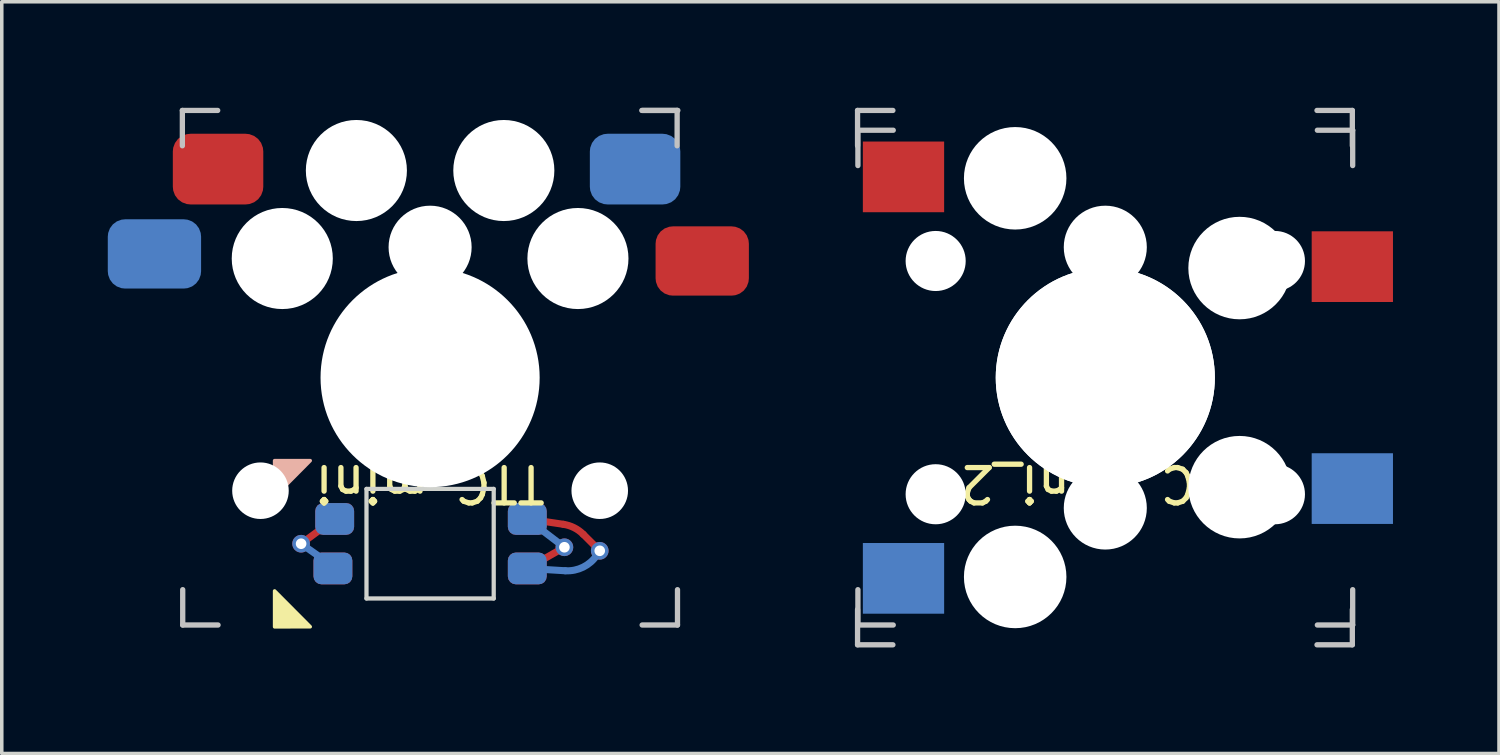
<source format=kicad_pcb>
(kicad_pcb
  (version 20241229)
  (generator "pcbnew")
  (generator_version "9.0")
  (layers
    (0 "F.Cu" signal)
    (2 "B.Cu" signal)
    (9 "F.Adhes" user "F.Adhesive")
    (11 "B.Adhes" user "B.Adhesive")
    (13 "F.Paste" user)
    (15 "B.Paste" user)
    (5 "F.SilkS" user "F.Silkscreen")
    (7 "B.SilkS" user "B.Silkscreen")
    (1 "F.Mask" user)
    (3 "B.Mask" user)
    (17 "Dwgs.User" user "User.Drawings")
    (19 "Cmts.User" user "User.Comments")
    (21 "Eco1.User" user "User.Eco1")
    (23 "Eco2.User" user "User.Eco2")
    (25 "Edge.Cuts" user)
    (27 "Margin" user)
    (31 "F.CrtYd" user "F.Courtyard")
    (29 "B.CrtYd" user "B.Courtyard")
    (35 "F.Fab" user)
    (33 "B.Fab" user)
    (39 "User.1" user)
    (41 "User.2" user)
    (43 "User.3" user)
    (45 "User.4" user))
  (footprint "TTC_mini"
    (layer "F.Cu")
    (at 9.12 7.635)
    (property "Reference" "TTC_mini" (at 0 3 180) (unlocked yes) (layer "F.SilkS") (effects (font (size 1 1) (thickness 0.15))))
    (attr through_hole)
    (fp_line (start -3.65 4.7) (end -2.7 3.999) (stroke (width 0.2) (type default)) (layer "F.Cu"))
    (fp_line (start 2.75 3.999) (end 3.774 4.151) (stroke (width 0.2) (type default)) (layer "F.Cu"))
    (fp_line (start 3.8 4.8) (end 2.75 5.399) (stroke (width 0.2) (type default)) (layer "F.Cu"))
    (fp_line (start 4.333 4.433) (end 4.8 4.9) (stroke (width 0.2) (type default)) (layer "F.Cu"))
    (fp_arc (start 3.773544 4.151394) (mid 4.076131 4.247389) (end 4.333385 4.433385) (stroke (width 0.2) (type default)) (layer "F.Cu"))
    (fp_line (start -2.8 5.3) (end -3.65 4.7) (stroke (width 0.2) (type default)) (layer "B.Cu"))
    (fp_line (start 2.75 5.399) (end 3.1 5.3) (stroke (width 0.2) (type default)) (layer "B.Cu"))
    (fp_line (start 3.8 4.8) (end 2.75 3.999) (stroke (width 0.2) (type default)) (layer "B.Cu"))
    (fp_line (start 3.826 5.465) (end 2.75 5.399) (stroke (width 0.2) (type default)) (layer "B.Cu"))
    (fp_line (start 4.8 4.9) (end 4.719 5.021) (stroke (width 0.2) (type default)) (layer "B.Cu"))
    (fp_arc (start 4.719049 5.021426) (mid 4.331689 5.362409) (end 3.825901 5.464858) (stroke (width 0.2) (type default)) (layer "B.Cu"))
    (fp_poly (pts (xy -3.392 7.049) (xy -4.4 7.052) (xy -4.4 6.036)) (stroke (width 0.1) (type solid)) (fill yes) (layer "F.SilkS"))
    (fp_poly (pts (xy -4.4 3.365) (xy -4.4 2.349) (xy -3.392 2.349)) (stroke (width 0.1) (type solid)) (fill yes) (layer "B.SilkS"))
    (fp_line (start -7.01 -7.56) (end -6.01 -7.56) (stroke (width 0.15) (type solid)) (layer "Dwgs.User"))
    (fp_line (start -7.01 -6.56) (end -7.01 -7.56) (stroke (width 0.15) (type solid)) (layer "Dwgs.User"))
    (fp_line (start -7 6) (end -7 7) (stroke (width 0.15) (type solid)) (layer "Dwgs.User"))
    (fp_line (start -7 7) (end -6 7) (stroke (width 0.15) (type solid)) (layer "Dwgs.User"))
    (fp_line (start 6 7) (end 7 7) (stroke (width 0.15) (type solid)) (layer "Dwgs.User"))
    (fp_line (start 6.01 -7.56) (end 7.01 -7.56) (stroke (width 0.15) (type solid)) (layer "Dwgs.User"))
    (fp_line (start 6.99 -7.56) (end 5.99 -7.56) (stroke (width 0.15) (type solid)) (layer "Dwgs.User"))
    (fp_line (start 6.99 -7.56) (end 6.99 -6.56) (stroke (width 0.15) (type solid)) (layer "Dwgs.User"))
    (fp_line (start 7 7) (end 7 6) (stroke (width 0.15) (type solid)) (layer "Dwgs.User"))
    (fp_line (start -1.8 6.249) (end -1.8 3.149) (stroke (width 0.12) (type solid)) (layer "Edge.Cuts"))
    (fp_line (start -1.8 6.249) (end 1.8 6.249) (stroke (width 0.12) (type solid)) (layer "Edge.Cuts"))
    (fp_line (start 1.8 3.149) (end -1.8 3.149) (stroke (width 0.12) (type solid)) (layer "Edge.Cuts"))
    (fp_line (start 1.8 6.249) (end 1.8 3.149) (stroke (width 0.12) (type solid)) (layer "Edge.Cuts"))
    (pad "" np_thru_hole circle (at -4.8 3.2) (size 1.6 1.6) (drill 1.6) (layers "*.Cu" "*.Mask"))
    (pad "" np_thru_hole circle (at -4.183 -3.37 180) (size 2.86 2.86) (drill 2.86) (layers "*.Cu" "*.Mask"))
    (pad "" np_thru_hole circle (at -2.086 -5.86 180) (size 2.86 2.86) (drill 2.86) (layers "*.Cu" "*.Mask"))
    (pad "" np_thru_hole circle (at 0 -3.69 90) (size 2.35 2.35) (drill 2.35) (layers "*.Cu" "*.Mask"))
    (pad "" np_thru_hole circle (at 0 0 90) (size 6.2 6.2) (drill 6.2) (layers "*.Cu" "*.Mask"))
    (pad "" np_thru_hole circle (at 2.086 -5.86 180) (size 2.86 2.86) (drill 2.86) (layers "*.Cu" "*.Mask"))
    (pad "" np_thru_hole circle (at 4.183 -3.37 180) (size 2.86 2.86) (drill 2.86) (layers "*.Cu" "*.Mask"))
    (pad "" np_thru_hole circle (at 4.8 3.2) (size 1.6 1.6) (drill 1.6) (layers "*.Cu" "*.Mask"))
    (pad "1" smd roundrect (at 2.75 3.999) (size 1.1 0.9) (layers "F.Cu" "F.Mask" "F.Paste") (roundrect_rratio 0.25))
    (pad "1" smd roundrect (at 2.75 5.399) (size 1.1 0.9) (layers "B.Cu" "B.Mask" "B.Paste") (roundrect_rratio 0.25))
    (pad "1" thru_hole circle (at 4.8 4.9) (size 0.5 0.5) (drill 0.3) (layers "*.Cu"))
    (pad "2" smd roundrect (at 2.75 3.999) (size 1.1 0.9) (layers "B.Cu" "B.Mask" "B.Paste") (roundrect_rratio 0.25))
    (pad "2" smd roundrect (at 2.75 5.399) (size 1.1 0.9) (layers "F.Cu" "F.Mask" "F.Paste") (roundrect_rratio 0.25))
    (pad "2" thru_hole circle (at 3.8 4.8) (size 0.5 0.5) (drill 0.3) (layers "*.Cu"))
    (pad "3" smd roundrect (at -2.75 5.399) (size 1.1 0.9) (layers "F.Cu" "F.Mask" "F.Paste") (roundrect_rratio 0.25))
    (pad "3" smd roundrect (at -2.7 3.999) (size 1.1 0.9) (layers "B.Cu" "B.Mask" "B.Paste") (roundrect_rratio 0.25))
    (pad "4" thru_hole circle (at -3.65 4.7) (size 0.5 0.5) (drill 0.3) (layers "*.Cu"))
    (pad "4" smd roundrect (at -2.75 5.399) (size 1.1 0.9) (layers "B.Cu" "B.Mask" "B.Paste") (roundrect_rratio 0.25))
    (pad "4" smd roundrect (at -2.7 3.999) (size 1.1 0.9) (layers "F.Cu" "F.Mask" "F.Paste") (roundrect_rratio 0.25))
    (pad "5" smd roundrect (at -7.8 -3.5 180) (size 2.64 1.96) (layers "B.Cu" "B.Mask") (roundrect_rratio 0.25))
    (pad "5" smd roundrect (at 7.7 -3.3 180) (size 2.64 1.96) (layers "F.Cu" "F.Mask") (roundrect_rratio 0.25))
    (pad "6" smd roundrect (at -6 -5.9 180) (size 2.56 2) (layers "F.Cu" "F.Mask") (roundrect_rratio 0.25))
    (pad "6" smd roundrect (at 5.8 -5.9 180) (size 2.56 2) (layers "B.Cu" "B.Mask") (roundrect_rratio 0.25)))
  (footprint "TTC_mini_2"
    (layer "F.Cu")
    (at 28.225 7.635)
    (property "Reference" "TTC_mini_2" (at 0 3 180) (unlocked yes) (layer "F.SilkS") (effects (font (size 1 1) (thickness 0.15))))
    (attr through_hole)
    (fp_line (start -7.01 -7.56) (end -6.01 -7.56) (stroke (width 0.15) (type solid)) (layer "Dwgs.User"))
    (fp_line (start -7.01 -6.56) (end -7.01 -7.56) (stroke (width 0.15) (type solid)) (layer "Dwgs.User"))
    (fp_line (start -7.01 7.56) (end -7.01 6.56) (stroke (width 0.15) (type solid)) (layer "Dwgs.User"))
    (fp_line (start -7 -7) (end -7 -6) (stroke (width 0.15) (type solid)) (layer "Dwgs.User"))
    (fp_line (start -7 6) (end -7 7) (stroke (width 0.15) (type solid)) (layer "Dwgs.User"))
    (fp_line (start -7 7) (end -6 7) (stroke (width 0.15) (type solid)) (layer "Dwgs.User"))
    (fp_line (start -6.01 7.56) (end -7.01 7.56) (stroke (width 0.15) (type solid)) (layer "Dwgs.User"))
    (fp_line (start -6 -7) (end -7 -7) (stroke (width 0.15) (type solid)) (layer "Dwgs.User"))
    (fp_line (start 5.99 7.56) (end 6.99 7.56) (stroke (width 0.15) (type solid)) (layer "Dwgs.User"))
    (fp_line (start 6 7) (end 7 7) (stroke (width 0.15) (type solid)) (layer "Dwgs.User"))
    (fp_line (start 6.99 -7.56) (end 5.99 -7.56) (stroke (width 0.15) (type solid)) (layer "Dwgs.User"))
    (fp_line (start 6.99 -7.56) (end 6.99 -6.56) (stroke (width 0.15) (type solid)) (layer "Dwgs.User"))
    (fp_line (start 6.99 6.56) (end 6.99 7.56) (stroke (width 0.15) (type solid)) (layer "Dwgs.User"))
    (fp_line (start 7 -7) (end 6 -7) (stroke (width 0.15) (type solid)) (layer "Dwgs.User"))
    (fp_line (start 7 -6) (end 7 -7) (stroke (width 0.15) (type solid)) (layer "Dwgs.User"))
    (fp_line (start 7 7) (end 7 6) (stroke (width 0.15) (type solid)) (layer "Dwgs.User"))
    (pad "" np_thru_hole circle (at -4.8 -3.3 180) (size 1.7 1.7) (drill 1.7) (layers "*.Cu" "*.Mask"))
    (pad "" np_thru_hole circle (at -4.8 3.3) (size 1.7 1.7) (drill 1.7) (layers "*.Cu" "*.Mask"))
    (pad "" np_thru_hole circle (at -2.55 -5.64 180) (size 2.9 2.9) (drill 2.9) (layers "*.Cu" "*.Mask"))
    (pad "" np_thru_hole circle (at -2.55 5.64) (size 2.9 2.9) (drill 2.9) (layers "*.Cu" "*.Mask"))
    (pad "" np_thru_hole circle (at 0 -3.69 90) (size 2.35 2.35) (drill 2.35) (layers "*.Cu" "*.Mask"))
    (pad "" np_thru_hole circle (at 0 0 90) (size 6.2 6.2) (drill 6.2) (layers "*.Cu" "*.Mask"))
    (pad "" np_thru_hole circle (at 0 0 90) (size 6.2 6.2) (drill 6.2) (layers "*.Cu" "*.Mask"))
    (pad "" np_thru_hole circle (at 0 3.69 90) (size 2.35 2.35) (drill 2.35) (layers "*.Cu" "*.Mask"))
    (pad "" np_thru_hole circle (at 3.8 -3.1 180) (size 2.9 2.9) (drill 2.9) (layers "*.Cu" "*.Mask"))
    (pad "" np_thru_hole circle (at 3.8 3.1) (size 2.9 2.9) (drill 2.9) (layers "*.Cu" "*.Mask"))
    (pad "" np_thru_hole circle (at 4.8 -3.3 180) (size 1.7 1.7) (drill 1.7) (layers "*.Cu" "*.Mask"))
    (pad "" np_thru_hole circle (at 4.8 3.3) (size 1.7 1.7) (drill 1.7) (layers "*.Cu" "*.Mask"))
    (pad "5" smd rect (at 6.99 -3.14 180) (size 2.3 2) (layers "F.Cu" "F.Mask" "F.Paste"))
    (pad "5" smd rect (at 6.99 3.14) (size 2.3 2) (layers "B.Cu" "B.Mask" "B.Paste"))
    (pad "6" smd rect (at -5.71 -5.68 180) (size 2.3 2) (layers "F.Cu" "F.Mask"))
    (pad "6" smd rect (at -5.71 5.68) (size 2.3 2) (layers "B.Cu" "B.Mask")))
  (gr_rect
    (start -3 -3)
    (end 39.365 18.27)
    (stroke (width 0.1) (type default))
    (fill no)
    (layer "Edge.Cuts")))
</source>
